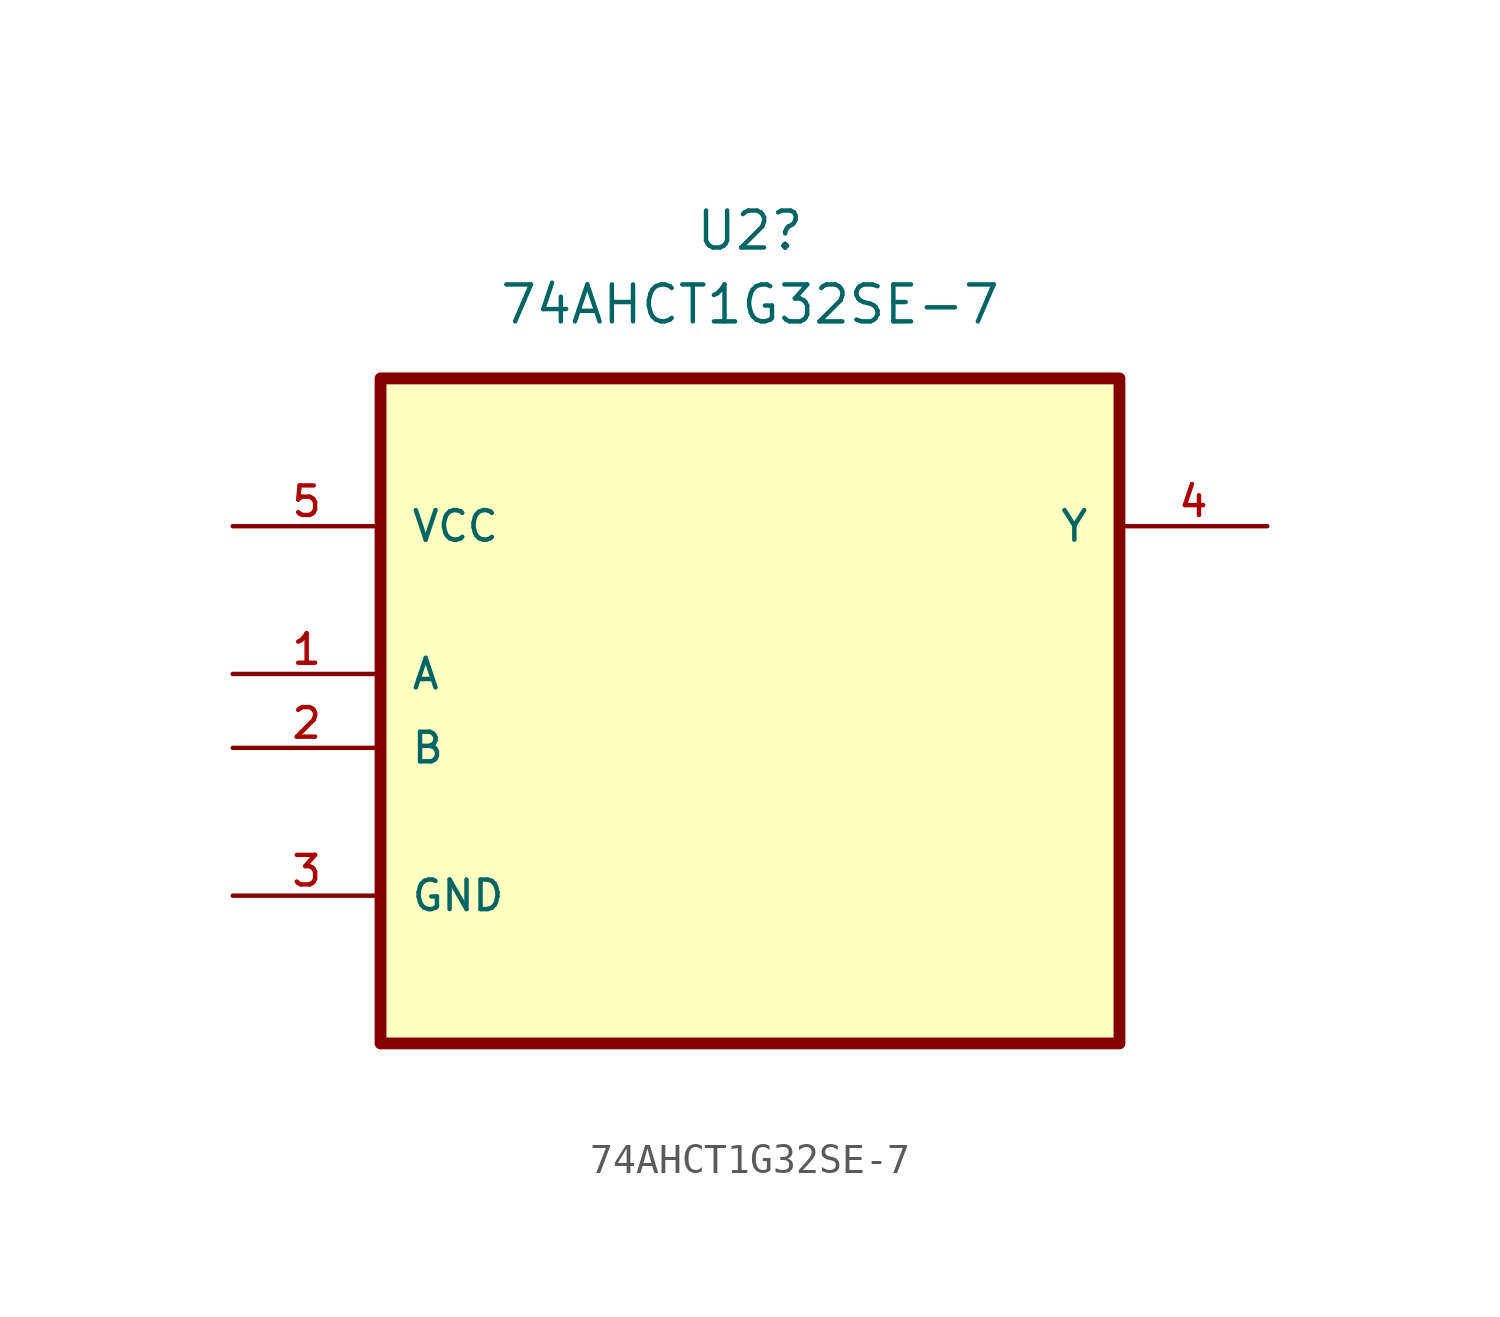
<source format=kicad_sym>
(kicad_symbol_lib
  (version 20220914)
  (generator kicad_symbol_editor)
  (symbol "74AHCT1G32SE-7"
    (pin_names
      (offset 1.016))
    (property "Reference" "U2"
      (at 0 12.7 0)
      (effects (font (size 1.27 1.27))))
    (property "Value" "74AHCT1G32SE-7"
      (at 0 10.16 0)
      (effects (font (size 1.27 1.27))))
    (symbol "74AHCT1G32SE-7_0_0"
      (rectangle (start -12.7 -15.24) (end 12.7 7.62) (stroke (width 0.406) (type default)) (fill (type background)))
      (pin input line (at -17.78 -2.54 0) (length 5.08) (name "A" (effects (font (size 1.016 1.016)))) (number "1" (effects (font (size 1.016 1.016)))))
      (pin input line (at -17.78 -5.08 0) (length 5.08) (name "B" (effects (font (size 1.016 1.016)))) (number "2" (effects (font (size 1.016 1.016)))))
      (pin passive line (at -17.78 -10.16 0) (length 5.08) (name "GND" (effects (font (size 1.016 1.016)))) (number "3" (effects (font (size 1.016 1.016)))))
      (pin output line (at 17.78 2.54 180) (length 5.08) (name "Y" (effects (font (size 1.016 1.016)))) (number "4" (effects (font (size 1.016 1.016)))))
      (pin power_in line (at -17.78 2.54 0) (length 5.08) (name "VCC" (effects (font (size 1.016 1.016)))) (number "5" (effects (font (size 1.016 1.016))))))))
</source>
